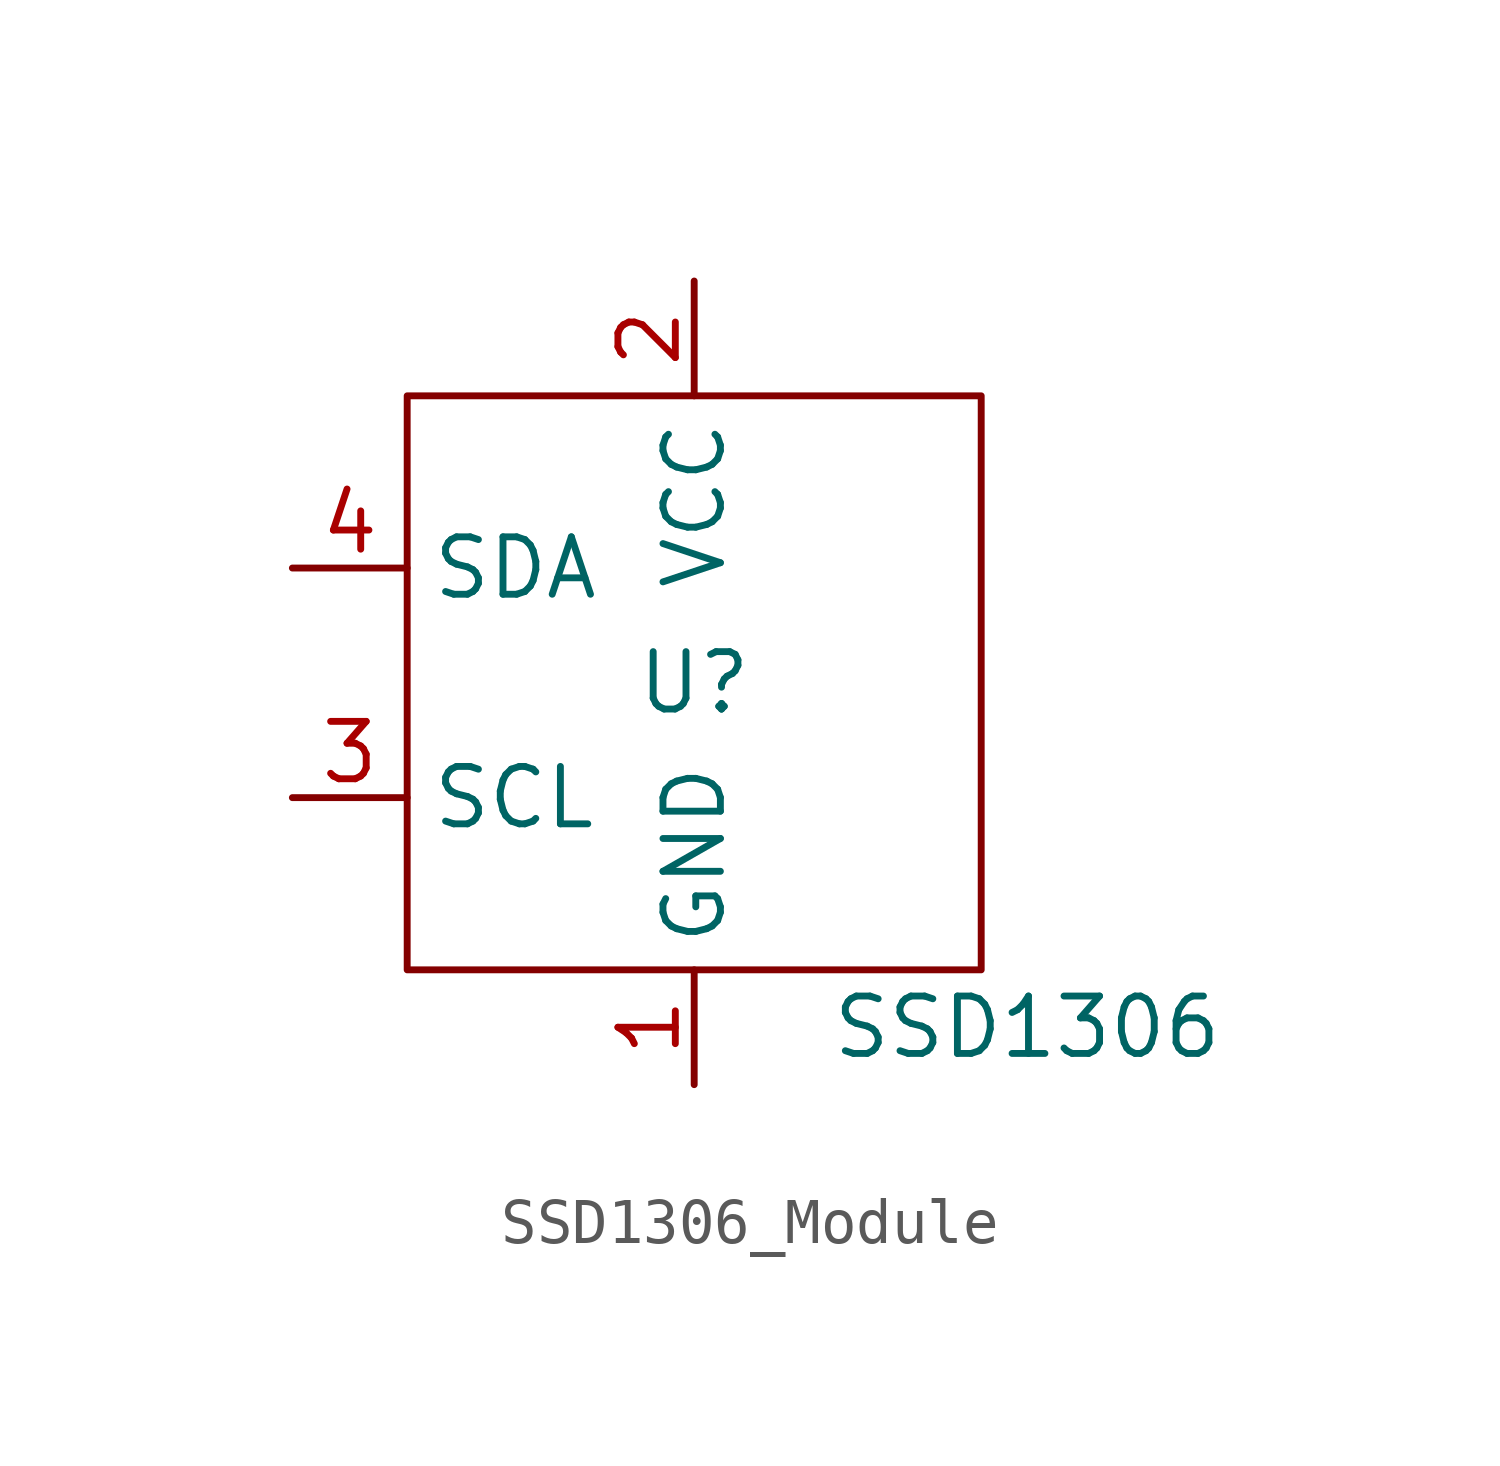
<source format=kicad_sym>
(kicad_symbol_lib
  (version 20231120)
  (generator "kicad_symbol_editor")
  (generator_version "8.0")
  (symbol "SSD1306_Module"
    (property "Reference" "U"
      (at 0 0 0)
      (effects (font (size 1.27 1.27))))
    (property "Value" "SSD1306"
      (at 7.366 -7.62 0)
      (effects (font (size 1.27 1.27))))
    (symbol "SSD1306_Module_0_1"
      (rectangle (start -6.35 6.35) (end 6.35 -6.35) (stroke (width 0) (type default)) (fill (type none))))
    (symbol "SSD1306_Module_1_1"
      (pin power_in line (at 0 -8.89 90) (length 2.54) (name "GND" (effects (font (size 1.27 1.27)))) (number "1" (effects (font (size 1.27 1.27)))))
      (pin power_in line (at 0 8.89 270) (length 2.54) (name "VCC" (effects (font (size 1.27 1.27)))) (number "2" (effects (font (size 1.27 1.27)))))
      (pin input line (at -8.89 -2.54 0) (length 2.54) (name "SCL" (effects (font (size 1.27 1.27)))) (number "3" (effects (font (size 1.27 1.27)))))
      (pin bidirectional line (at -8.89 2.54 0) (length 2.54) (name "SDA" (effects (font (size 1.27 1.27)))) (number "4" (effects (font (size 1.27 1.27))))))))
</source>
